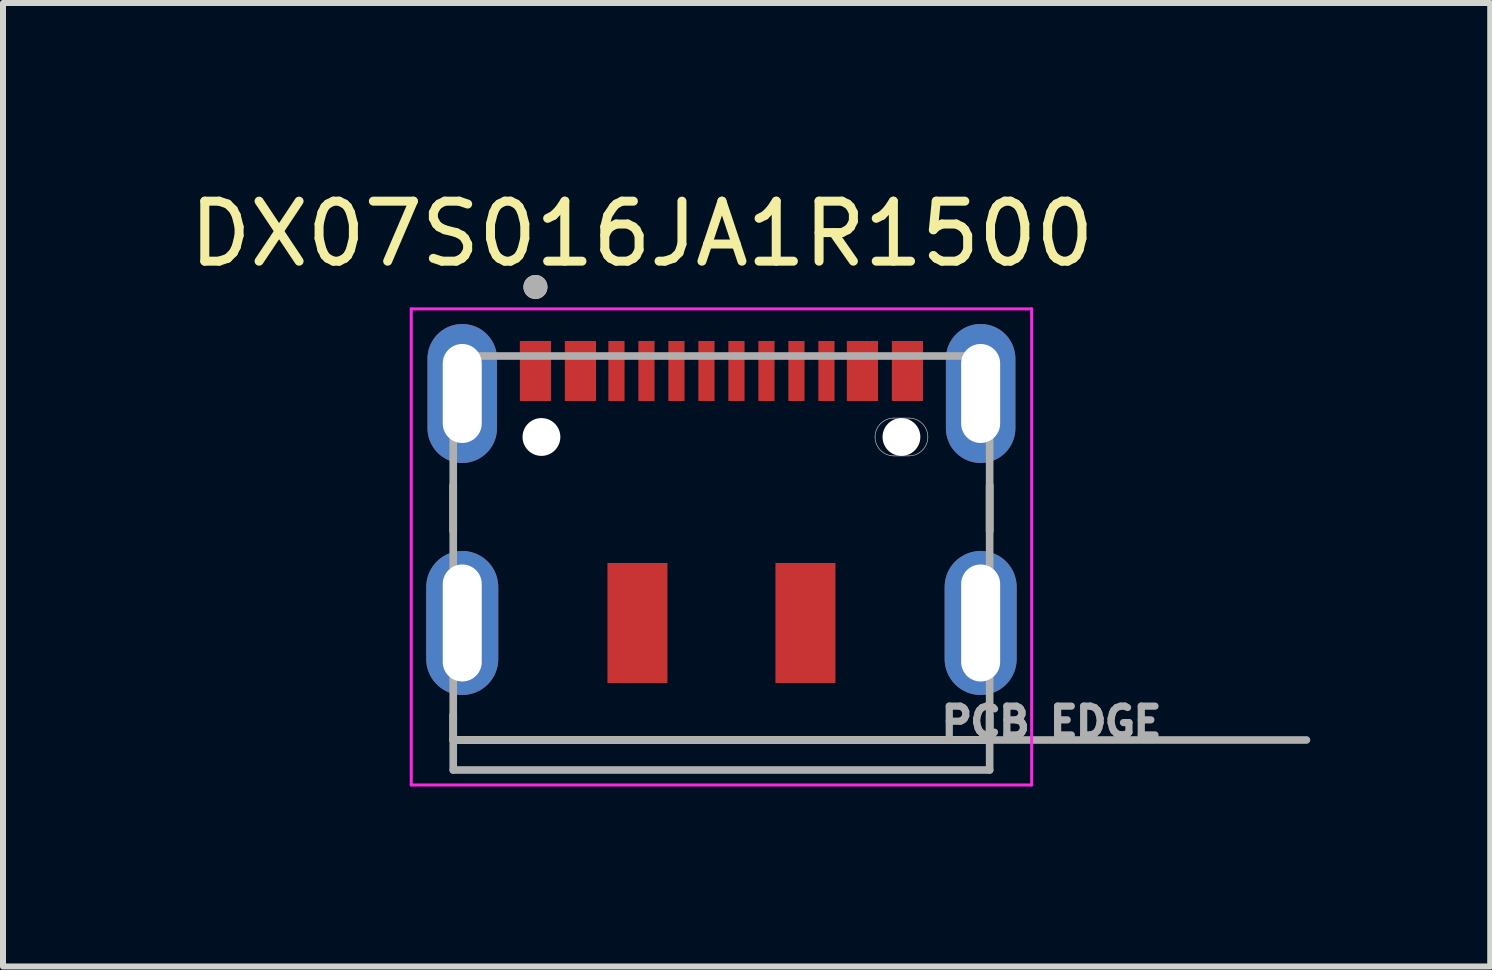
<source format=kicad_pcb>
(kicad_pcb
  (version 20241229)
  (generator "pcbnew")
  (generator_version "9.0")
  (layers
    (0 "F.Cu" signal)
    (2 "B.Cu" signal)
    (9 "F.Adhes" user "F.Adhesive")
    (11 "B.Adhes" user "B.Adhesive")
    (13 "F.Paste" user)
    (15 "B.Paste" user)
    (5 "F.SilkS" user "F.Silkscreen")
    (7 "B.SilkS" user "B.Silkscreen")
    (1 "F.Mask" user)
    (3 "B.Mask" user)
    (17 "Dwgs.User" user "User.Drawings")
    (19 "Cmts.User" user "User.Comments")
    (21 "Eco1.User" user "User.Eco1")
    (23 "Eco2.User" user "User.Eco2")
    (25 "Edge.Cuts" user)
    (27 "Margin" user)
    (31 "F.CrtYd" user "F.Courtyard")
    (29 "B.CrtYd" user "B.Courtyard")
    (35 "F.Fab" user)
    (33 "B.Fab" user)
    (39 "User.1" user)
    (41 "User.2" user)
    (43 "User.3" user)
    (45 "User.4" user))
  (footprint "DX07S016JA1R1500"
    (layer "F.Cu")
    (at 8.974 4.233)
    (property "Reference" "DX07S016JA1R1500" (at -1.325 -3.385 0) (layer "F.SilkS") (effects (font (size 1 1) (thickness 0.15))))
    (attr smd)
    (fp_line (start -4.47 0.805) (end -4.47 1.57) (stroke (width 0.127) (type solid)) (layer "F.SilkS"))
    (fp_line (start -4.47 5.05) (end -4.47 4.63) (stroke (width 0.127) (type solid)) (layer "F.SilkS"))
    (fp_line (start 4.47 0.805) (end 4.47 1.57) (stroke (width 0.127) (type solid)) (layer "F.SilkS"))
    (fp_line (start 4.47 4.63) (end 4.47 5.05) (stroke (width 0.127) (type solid)) (layer "F.SilkS"))
    (fp_line (start 4.47 5.05) (end -4.47 5.05) (stroke (width 0.127) (type solid)) (layer "F.SilkS"))
    (fp_circle (center -3.1 -2.5) (end -3 -2.5) (stroke (width 0.2) (type solid)) (fill no) (layer "F.SilkS"))
    (fp_line (start 2.875 -0.315) (end 3.125 -0.315) (stroke (width 0.01) (type solid)) (layer "Edge.Cuts"))
    (fp_line (start 3.125 0.315) (end 2.875 0.315) (stroke (width 0.01) (type solid)) (layer "Edge.Cuts"))
    (fp_arc (start 2.56 0) (mid 2.652261 -0.222739) (end 2.875 -0.315) (stroke (width 0.01) (type solid)) (layer "Edge.Cuts"))
    (fp_arc (start 2.875 0.315) (mid 2.652261 0.222739) (end 2.56 0) (stroke (width 0.01) (type solid)) (layer "Edge.Cuts"))
    (fp_arc (start 3.125 -0.315) (mid 3.347739 -0.222739) (end 3.44 0) (stroke (width 0.01) (type solid)) (layer "Edge.Cuts"))
    (fp_arc (start 3.44 0) (mid 3.347739 0.222739) (end 3.125 0.315) (stroke (width 0.01) (type solid)) (layer "Edge.Cuts"))
    (fp_line (start -5.17 -2.135) (end 5.17 -2.135) (stroke (width 0.05) (type solid)) (layer "F.CrtYd"))
    (fp_line (start -5.17 5.8) (end -5.17 -2.135) (stroke (width 0.05) (type solid)) (layer "F.CrtYd"))
    (fp_line (start 5.17 -2.135) (end 5.17 5.8) (stroke (width 0.05) (type solid)) (layer "F.CrtYd"))
    (fp_line (start 5.17 5.8) (end -5.17 5.8) (stroke (width 0.05) (type solid)) (layer "F.CrtYd"))
    (fp_line (start -4.47 -1.35) (end 4.47 -1.35) (stroke (width 0.127) (type solid)) (layer "F.Fab"))
    (fp_line (start -4.47 5.05) (end -4.47 -1.35) (stroke (width 0.127) (type solid)) (layer "F.Fab"))
    (fp_line (start -4.47 5.55) (end -4.47 5.05) (stroke (width 0.127) (type solid)) (layer "F.Fab"))
    (fp_line (start 4.47 -1.35) (end 4.47 5.05) (stroke (width 0.127) (type solid)) (layer "F.Fab"))
    (fp_line (start 4.47 5.05) (end -4.47 5.05) (stroke (width 0.127) (type solid)) (layer "F.Fab"))
    (fp_line (start 4.47 5.05) (end 4.47 5.55) (stroke (width 0.127) (type solid)) (layer "F.Fab"))
    (fp_line (start 4.47 5.05) (end 9.75 5.05) (stroke (width 0.127) (type solid)) (layer "F.Fab"))
    (fp_line (start 4.47 5.55) (end -4.47 5.55) (stroke (width 0.127) (type solid)) (layer "F.Fab"))
    (fp_circle (center -3.1 -2.5) (end -3 -2.5) (stroke (width 0.2) (type solid)) (fill no) (layer "F.Fab"))
    (fp_text user "PCB EDGE" (at 5.5 4.75 0) (layer "F.Fab") (effects (font (size 0.48 0.48) (thickness 0.15))))
    (pad "" np_thru_hole circle (at -3 0) (size 0.63 0.63) (drill 0.63) (layers "*.Cu" "*.Mask"))
    (pad "" np_thru_hole circle (at 3 0) (size 0.6 0.6) (drill 0.6) (layers "*.Cu" "*.Mask"))
    (pad "" np_thru_hole circle (at 3 0) (size 0.63 0.63) (drill 0.63) (layers "*.Cu" "*.Mask"))
    (pad "1" smd rect (at -3.1 -1.1) (size 0.52 1) (layers "F.Cu" "F.Mask" "F.Paste"))
    (pad "2" smd rect (at -2.35 -1.1) (size 0.52 1) (layers "F.Cu" "F.Mask" "F.Paste"))
    (pad "3" smd rect (at -1.75 -1.1) (size 0.27 1) (layers "F.Cu" "F.Mask" "F.Paste"))
    (pad "4" smd rect (at -1.25 -1.1) (size 0.27 1) (layers "F.Cu" "F.Mask" "F.Paste"))
    (pad "5" smd rect (at -0.75 -1.1) (size 0.27 1) (layers "F.Cu" "F.Mask" "F.Paste"))
    (pad "6" smd rect (at -0.25 -1.1) (size 0.27 1) (layers "F.Cu" "F.Mask" "F.Paste"))
    (pad "7" smd rect (at 0.25 -1.1) (size 0.27 1) (layers "F.Cu" "F.Mask" "F.Paste"))
    (pad "8" smd rect (at 0.75 -1.1) (size 0.27 1) (layers "F.Cu" "F.Mask" "F.Paste"))
    (pad "9" smd rect (at 1.25 -1.1) (size 0.27 1) (layers "F.Cu" "F.Mask" "F.Paste"))
    (pad "10" smd rect (at 1.75 -1.1) (size 0.27 1) (layers "F.Cu" "F.Mask" "F.Paste"))
    (pad "11" smd rect (at 2.35 -1.1) (size 0.52 1) (layers "F.Cu" "F.Mask" "F.Paste"))
    (pad "12" smd rect (at 3.1 -1.1) (size 0.52 1) (layers "F.Cu" "F.Mask" "F.Paste"))
    (pad "S1" smd rect (at -1.4 3.1) (size 1 2) (layers "F.Cu" "F.Mask" "F.Paste"))
    (pad "S2" smd rect (at 1.4 3.1) (size 1 2) (layers "F.Cu" "F.Mask" "F.Paste"))
    (pad "S3" thru_hole oval (at -4.32 -0.725) (size 1.158 2.316) (drill oval 0.65 1.65) (layers "*.Cu" "*.Mask"))
    (pad "S4" thru_hole oval (at 4.32 -0.725) (size 1.158 2.316) (drill oval 0.65 1.65) (layers "*.Cu" "*.Mask"))
    (pad "S5" thru_hole oval (at -4.32 3.1) (size 1.2 2.4) (drill oval 0.65 1.95) (layers "*.Cu" "*.Mask"))
    (pad "S6" thru_hole oval (at 4.32 3.1) (size 1.2 2.4) (drill oval 0.65 1.95) (layers "*.Cu" "*.Mask")))
  (gr_rect
    (start -3 -3)
    (end 21.787 13.058)
    (stroke (width 0.1) (type default))
    (fill no)
    (layer "Edge.Cuts")))
</source>
